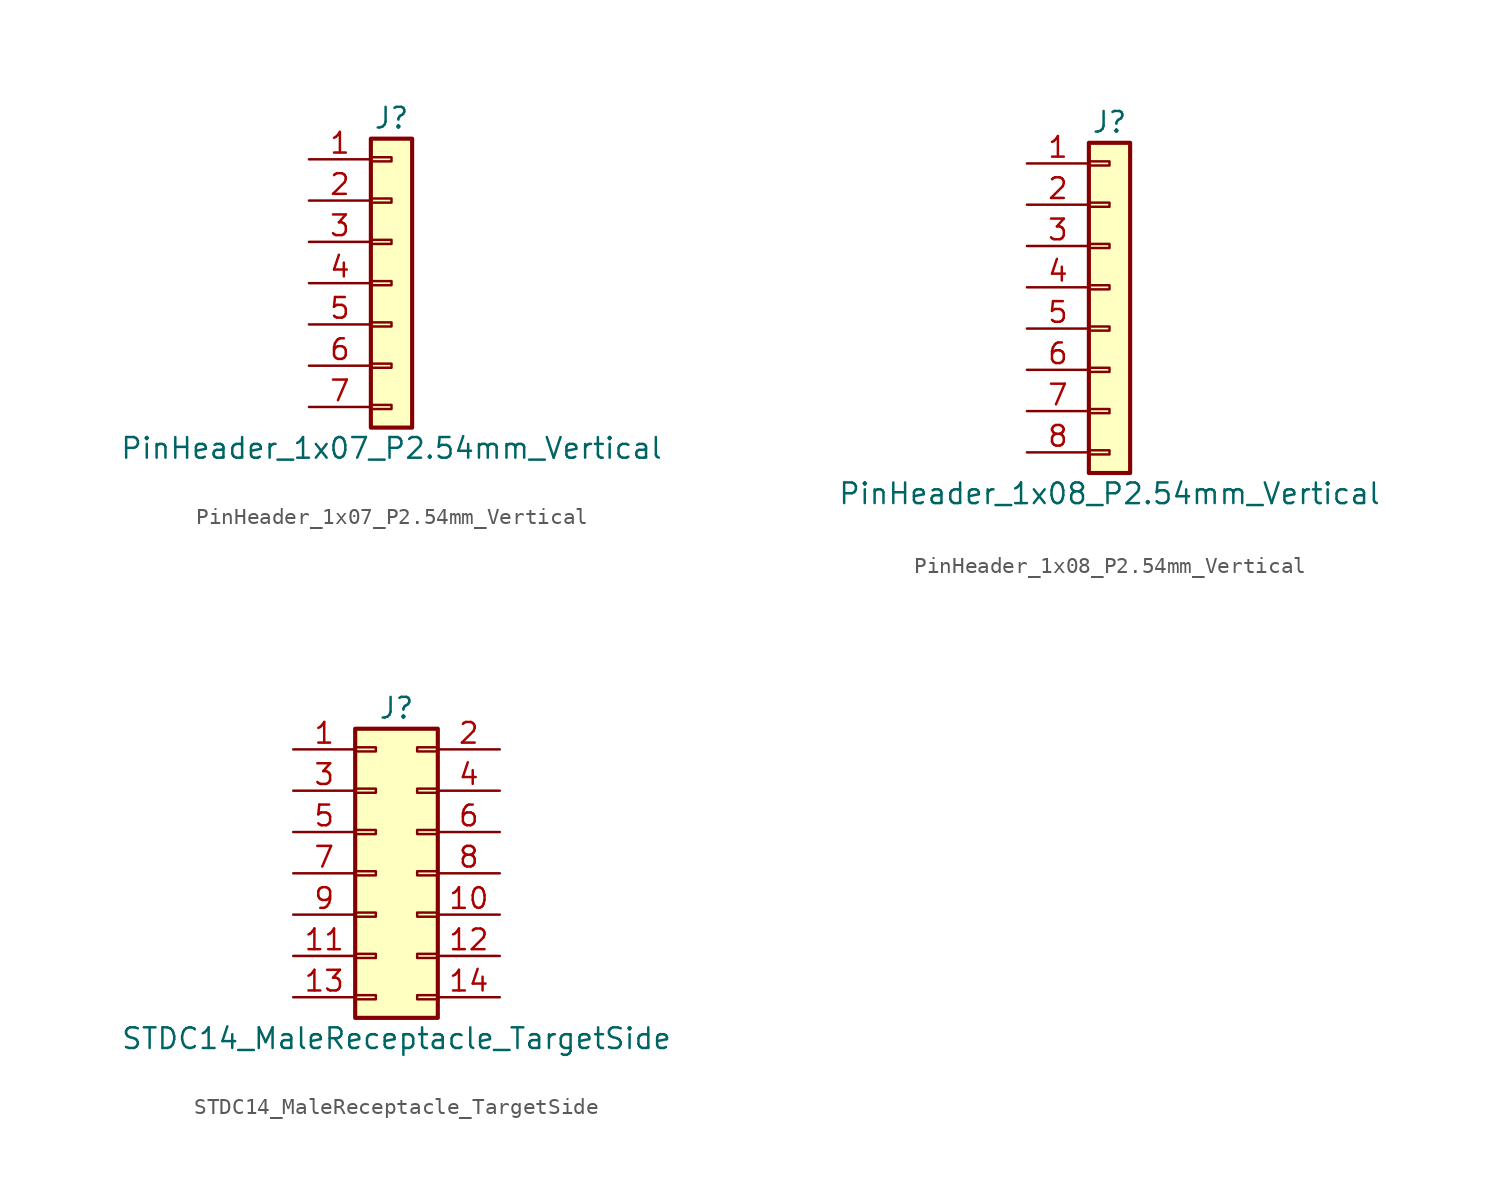
<source format=kicad_sym>
(kicad_symbol_lib
  (version 20220914)
  (generator kicad_symbol_editor)
  (symbol "PinHeader_1x07_P2.54mm_Vertical"
    (pin_names
      (offset 1.016) hide)
    (property "Reference" "J"
      (at 0 10.16 0)
      (effects (font (size 1.27 1.27))))
    (property "Value" "PinHeader_1x07_P2.54mm_Vertical"
      (at 0 -10.16 0)
      (effects (font (size 1.27 1.27))))
    (symbol "PinHeader_1x07_P2.54mm_Vertical_1_1"
      (rectangle (start -1.27 -7.493) (end 0 -7.747) (stroke (width 0.152) (type default)) (fill (type none)))
      (rectangle (start -1.27 -4.953) (end 0 -5.207) (stroke (width 0.152) (type default)) (fill (type none)))
      (rectangle (start -1.27 -2.413) (end 0 -2.667) (stroke (width 0.152) (type default)) (fill (type none)))
      (rectangle (start -1.27 0.127) (end 0 -0.127) (stroke (width 0.152) (type default)) (fill (type none)))
      (rectangle (start -1.27 2.667) (end 0 2.413) (stroke (width 0.152) (type default)) (fill (type none)))
      (rectangle (start -1.27 5.207) (end 0 4.953) (stroke (width 0.152) (type default)) (fill (type none)))
      (rectangle (start -1.27 7.747) (end 0 7.493) (stroke (width 0.152) (type default)) (fill (type none)))
      (rectangle (start -1.27 8.89) (end 1.27 -8.89) (stroke (width 0.254) (type default)) (fill (type background)))
      (pin passive line (at -5.08 7.62 0) (length 3.81) (name "Pin_1" (effects (font (size 1.27 1.27)))) (number "1" (effects (font (size 1.27 1.27)))))
      (pin passive line (at -5.08 5.08 0) (length 3.81) (name "Pin_2" (effects (font (size 1.27 1.27)))) (number "2" (effects (font (size 1.27 1.27)))))
      (pin passive line (at -5.08 2.54 0) (length 3.81) (name "Pin_3" (effects (font (size 1.27 1.27)))) (number "3" (effects (font (size 1.27 1.27)))))
      (pin passive line (at -5.08 0 0) (length 3.81) (name "Pin_4" (effects (font (size 1.27 1.27)))) (number "4" (effects (font (size 1.27 1.27)))))
      (pin passive line (at -5.08 -2.54 0) (length 3.81) (name "Pin_5" (effects (font (size 1.27 1.27)))) (number "5" (effects (font (size 1.27 1.27)))))
      (pin passive line (at -5.08 -5.08 0) (length 3.81) (name "Pin_6" (effects (font (size 1.27 1.27)))) (number "6" (effects (font (size 1.27 1.27)))))
      (pin passive line (at -5.08 -7.62 0) (length 3.81) (name "Pin_7" (effects (font (size 1.27 1.27)))) (number "7" (effects (font (size 1.27 1.27)))))))
  (symbol "PinHeader_1x08_P2.54mm_Vertical"
    (pin_names
      (offset 1.016) hide)
    (property "Reference" "J"
      (at 0 10.16 0)
      (effects (font (size 1.27 1.27))))
    (property "Value" "PinHeader_1x08_P2.54mm_Vertical"
      (at 0 -12.7 0)
      (effects (font (size 1.27 1.27))))
    (symbol "PinHeader_1x08_P2.54mm_Vertical_1_1"
      (rectangle (start -1.27 -10.033) (end 0 -10.287) (stroke (width 0.152) (type default)) (fill (type none)))
      (rectangle (start -1.27 -7.493) (end 0 -7.747) (stroke (width 0.152) (type default)) (fill (type none)))
      (rectangle (start -1.27 -4.953) (end 0 -5.207) (stroke (width 0.152) (type default)) (fill (type none)))
      (rectangle (start -1.27 -2.413) (end 0 -2.667) (stroke (width 0.152) (type default)) (fill (type none)))
      (rectangle (start -1.27 0.127) (end 0 -0.127) (stroke (width 0.152) (type default)) (fill (type none)))
      (rectangle (start -1.27 2.667) (end 0 2.413) (stroke (width 0.152) (type default)) (fill (type none)))
      (rectangle (start -1.27 5.207) (end 0 4.953) (stroke (width 0.152) (type default)) (fill (type none)))
      (rectangle (start -1.27 7.747) (end 0 7.493) (stroke (width 0.152) (type default)) (fill (type none)))
      (rectangle (start -1.27 8.89) (end 1.27 -11.43) (stroke (width 0.254) (type default)) (fill (type background)))
      (pin passive line (at -5.08 7.62 0) (length 3.81) (name "Pin_1" (effects (font (size 1.27 1.27)))) (number "1" (effects (font (size 1.27 1.27)))))
      (pin passive line (at -5.08 5.08 0) (length 3.81) (name "Pin_2" (effects (font (size 1.27 1.27)))) (number "2" (effects (font (size 1.27 1.27)))))
      (pin passive line (at -5.08 2.54 0) (length 3.81) (name "Pin_3" (effects (font (size 1.27 1.27)))) (number "3" (effects (font (size 1.27 1.27)))))
      (pin passive line (at -5.08 0 0) (length 3.81) (name "Pin_4" (effects (font (size 1.27 1.27)))) (number "4" (effects (font (size 1.27 1.27)))))
      (pin passive line (at -5.08 -2.54 0) (length 3.81) (name "Pin_5" (effects (font (size 1.27 1.27)))) (number "5" (effects (font (size 1.27 1.27)))))
      (pin passive line (at -5.08 -5.08 0) (length 3.81) (name "Pin_6" (effects (font (size 1.27 1.27)))) (number "6" (effects (font (size 1.27 1.27)))))
      (pin passive line (at -5.08 -7.62 0) (length 3.81) (name "Pin_7" (effects (font (size 1.27 1.27)))) (number "7" (effects (font (size 1.27 1.27)))))
      (pin passive line (at -5.08 -10.16 0) (length 3.81) (name "Pin_8" (effects (font (size 1.27 1.27)))) (number "8" (effects (font (size 1.27 1.27)))))))
  (symbol "STDC14_MaleReceptacle_TargetSide"
    (pin_names
      (offset 1.016) hide)
    (property "Reference" "J"
      (at 1.27 10.16 0)
      (effects (font (size 1.27 1.27))))
    (property "Value" "STDC14_MaleReceptacle_TargetSide"
      (at 1.27 -10.16 0)
      (effects (font (size 1.27 1.27))))
    (symbol "STDC14_MaleReceptacle_TargetSide_1_1"
      (rectangle (start -1.27 -7.493) (end 0 -7.747) (stroke (width 0.152) (type default)) (fill (type none)))
      (rectangle (start -1.27 -4.953) (end 0 -5.207) (stroke (width 0.152) (type default)) (fill (type none)))
      (rectangle (start -1.27 -2.413) (end 0 -2.667) (stroke (width 0.152) (type default)) (fill (type none)))
      (rectangle (start -1.27 0.127) (end 0 -0.127) (stroke (width 0.152) (type default)) (fill (type none)))
      (rectangle (start -1.27 2.667) (end 0 2.413) (stroke (width 0.152) (type default)) (fill (type none)))
      (rectangle (start -1.27 5.207) (end 0 4.953) (stroke (width 0.152) (type default)) (fill (type none)))
      (rectangle (start -1.27 7.747) (end 0 7.493) (stroke (width 0.152) (type default)) (fill (type none)))
      (rectangle (start -1.27 8.89) (end 3.81 -8.89) (stroke (width 0.254) (type default)) (fill (type background)))
      (rectangle (start 3.81 -7.493) (end 2.54 -7.747) (stroke (width 0.152) (type default)) (fill (type none)))
      (rectangle (start 3.81 -4.953) (end 2.54 -5.207) (stroke (width 0.152) (type default)) (fill (type none)))
      (rectangle (start 3.81 -2.413) (end 2.54 -2.667) (stroke (width 0.152) (type default)) (fill (type none)))
      (rectangle (start 3.81 0.127) (end 2.54 -0.127) (stroke (width 0.152) (type default)) (fill (type none)))
      (rectangle (start 3.81 2.667) (end 2.54 2.413) (stroke (width 0.152) (type default)) (fill (type none)))
      (rectangle (start 3.81 5.207) (end 2.54 4.953) (stroke (width 0.152) (type default)) (fill (type none)))
      (rectangle (start 3.81 7.747) (end 2.54 7.493) (stroke (width 0.152) (type default)) (fill (type none)))
      (pin passive line (at -5.08 7.62 0) (length 3.81) (name "NC" (effects (font (size 1.27 1.27)))) (number "1" (effects (font (size 1.27 1.27)))))
      (pin passive line (at 7.62 -2.54 180) (length 3.81) (name "T_JTDI/NC" (effects (font (size 1.27 1.27)))) (number "10" (effects (font (size 1.27 1.27)))))
      (pin passive line (at -5.08 -5.08 0) (length 3.81) (name "GNDDetect" (effects (font (size 1.27 1.27)))) (number "11" (effects (font (size 1.27 1.27)))))
      (pin passive line (at 7.62 -5.08 180) (length 3.81) (name "T_NRST" (effects (font (size 1.27 1.27)))) (number "12" (effects (font (size 1.27 1.27)))))
      (pin passive line (at -5.08 -7.62 0) (length 3.81) (name "T_VCP_RX" (effects (font (size 1.27 1.27)))) (number "13" (effects (font (size 1.27 1.27)))))
      (pin passive line (at 7.62 -7.62 180) (length 3.81) (name "T_VCP_TX" (effects (font (size 1.27 1.27)))) (number "14" (effects (font (size 1.27 1.27)))))
      (pin passive line (at 7.62 7.62 180) (length 3.81) (name "NC" (effects (font (size 1.27 1.27)))) (number "2" (effects (font (size 1.27 1.27)))))
      (pin passive line (at -5.08 5.08 0) (length 3.81) (name "T_VCC" (effects (font (size 1.27 1.27)))) (number "3" (effects (font (size 1.27 1.27)))))
      (pin passive line (at 7.62 5.08 180) (length 3.81) (name "T_JTMS/T_SWDIO" (effects (font (size 1.27 1.27)))) (number "4" (effects (font (size 1.27 1.27)))))
      (pin passive line (at -5.08 2.54 0) (length 3.81) (name "GND" (effects (font (size 1.27 1.27)))) (number "5" (effects (font (size 1.27 1.27)))))
      (pin passive line (at 7.62 2.54 180) (length 3.81) (name "T_JCLK/T_SWCLK" (effects (font (size 1.27 1.27)))) (number "6" (effects (font (size 1.27 1.27)))))
      (pin passive line (at -5.08 0 0) (length 3.81) (name "Pin_7" (effects (font (size 1.27 1.27)))) (number "7" (effects (font (size 1.27 1.27)))))
      (pin passive line (at 7.62 0 180) (length 3.81) (name "T_JTDO/T_SWO" (effects (font (size 1.27 1.27)))) (number "8" (effects (font (size 1.27 1.27)))))
      (pin passive line (at -5.08 -2.54 0) (length 3.81) (name "T_JRCLK/NC" (effects (font (size 1.27 1.27)))) (number "9" (effects (font (size 1.27 1.27))))))))
</source>
